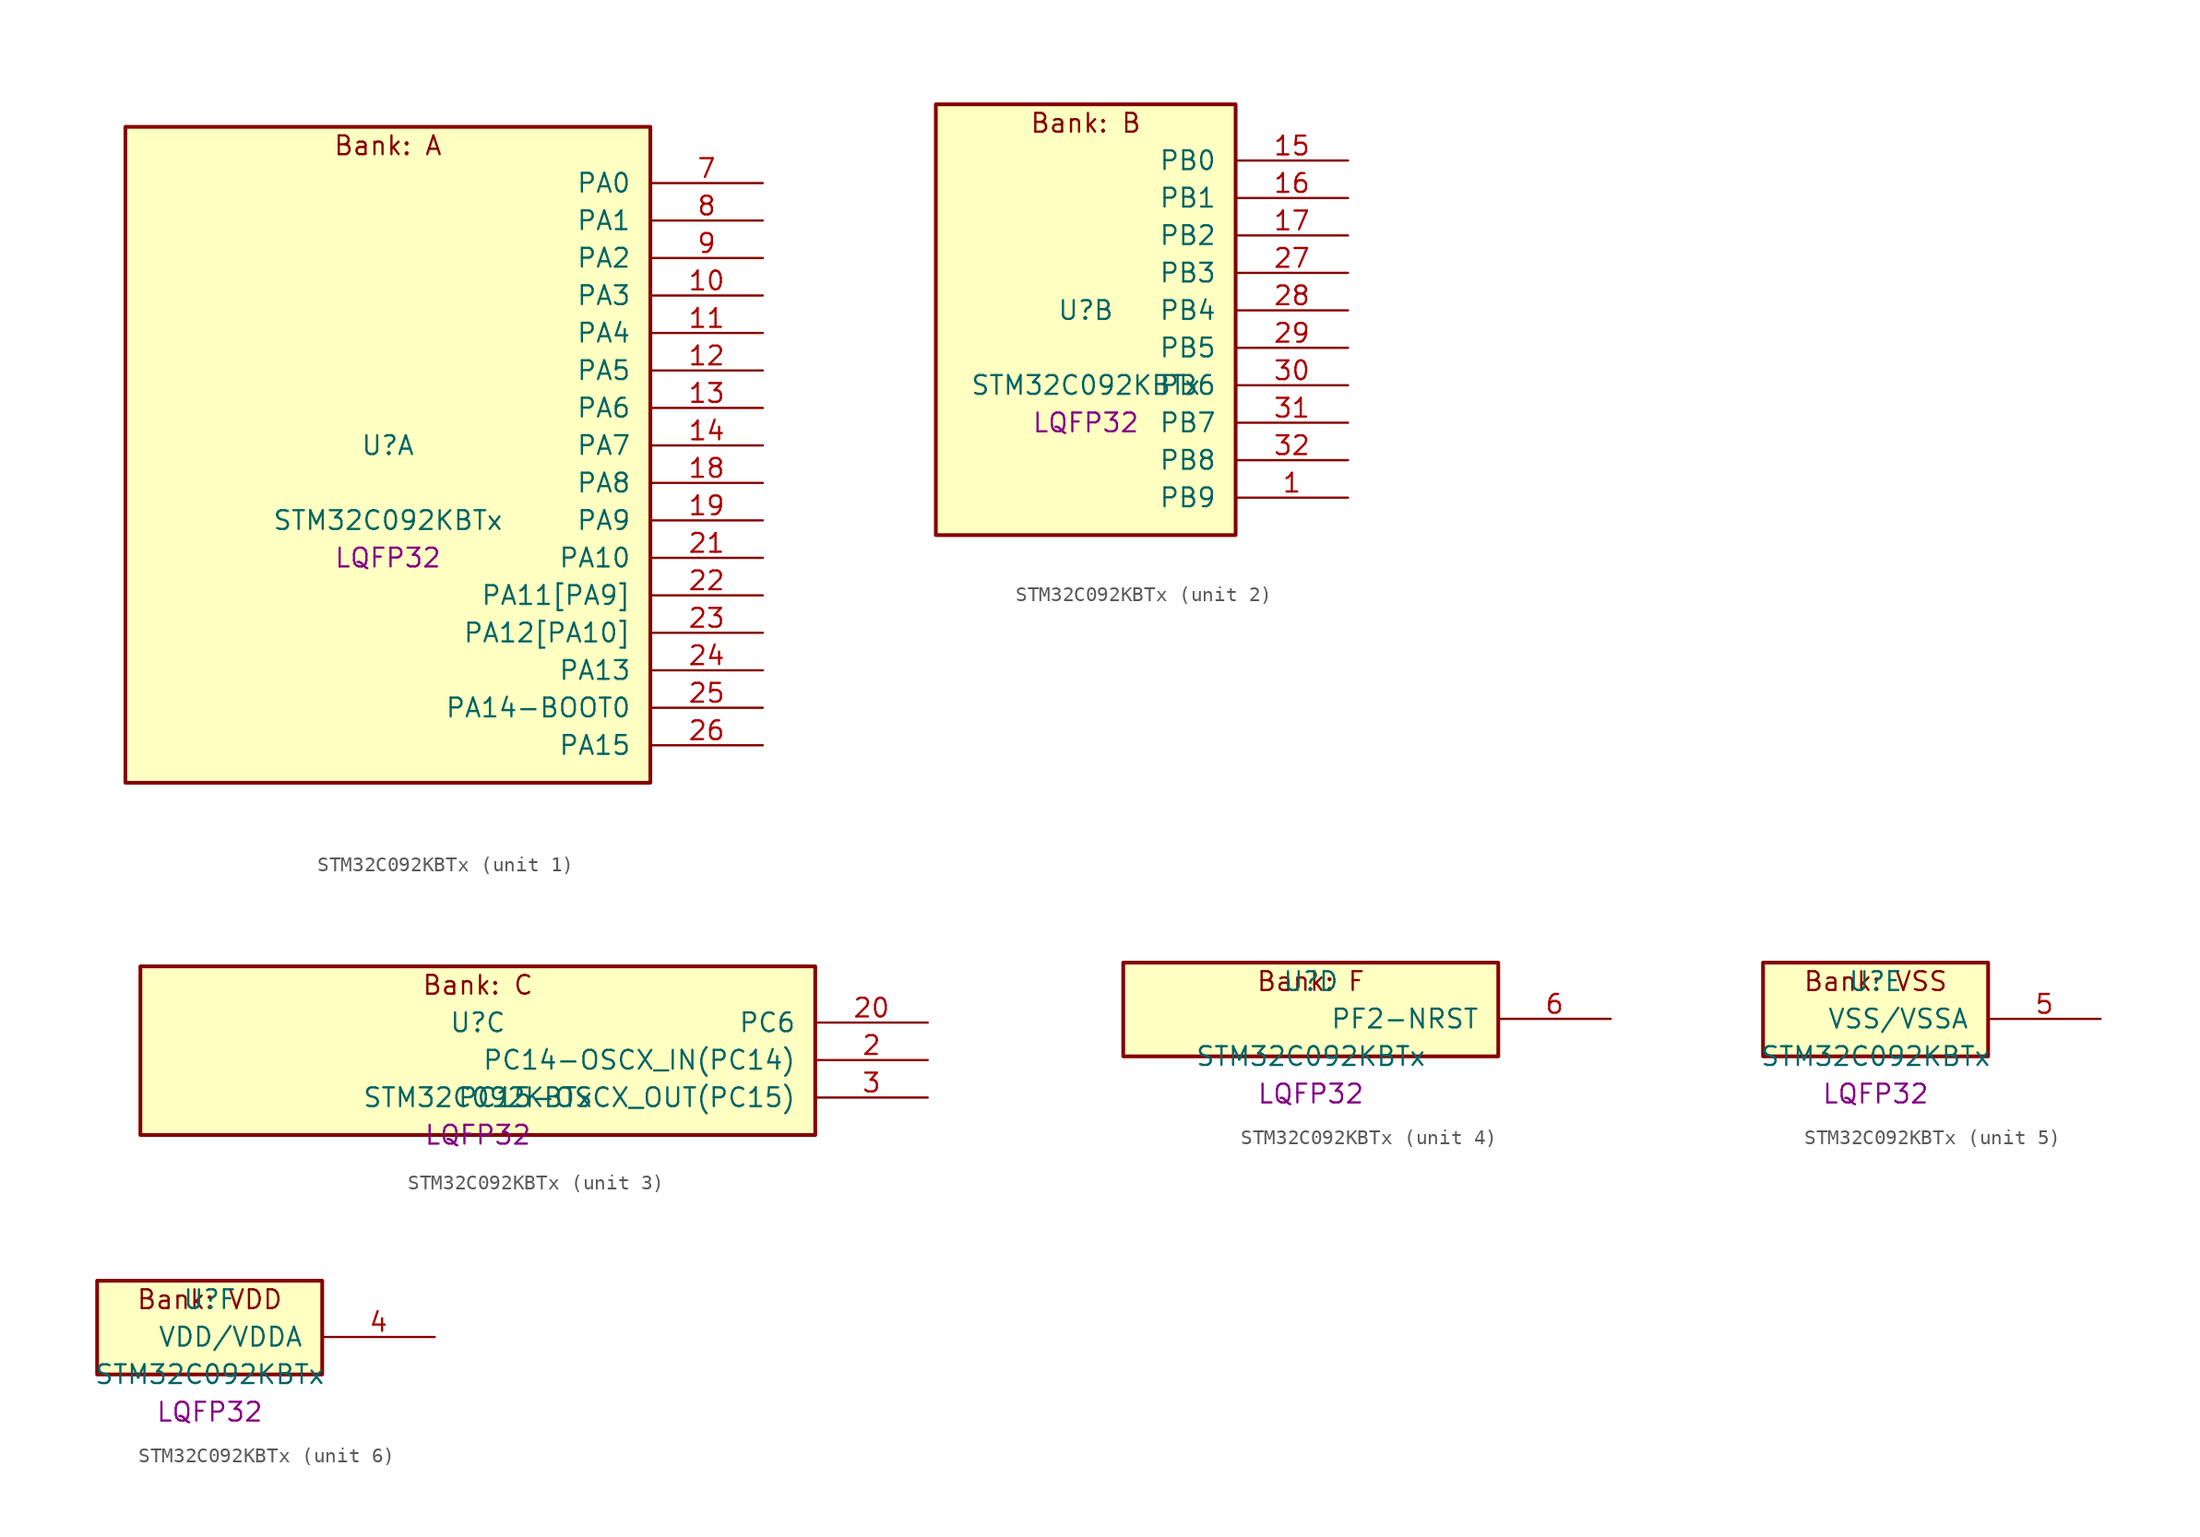
<source format=kicad_sym>
(kicad_symbol_lib
  (version 20241209)
  (generator "stm32_pkl_generator")
  (generator_version "1.0")
  (symbol "STM32C092KBTx"
    (pin_names
      (offset 1.27))
    (property "Reference" "U"
      (at 0 2.54 0))
    (property "Value" "STM32C092KBTx"
      (at 0 -2.54 0))
    (property "Footprint" "LQFP32"
      (at 0 -5.08 0))
    (symbol "STM32C092KBTx_1_1"
      (rectangle (start -17.78 24.13) (end 17.78 -20.32) (stroke (width 0.254) (type solid)) (fill (type background)))
      (text "Bank: A" (at 0 22.86 0))
      (pin bidirectional line (at 25.4 20.32 180) (length 7.62) (name "PA0") (number "7") (alternate "PA0/ADC1_IN0" bidirectional line) (alternate "PA0/PWR_WKUP1" bidirectional line) (alternate "PA0/SPI2_SCK" bidirectional line) (alternate "PA0/TIM16_CH1" bidirectional line) (alternate "PA0/TIM1_CH1" bidirectional line) (alternate "PA0/TIM2_CH1" bidirectional line) (alternate "PA0/TIM2_ETR" bidirectional line) (alternate "PA0/USART1_TX" bidirectional line) (alternate "PA0/USART2_CTS" bidirectional line) (alternate "PA0/USART2_NSS" bidirectional line) (alternate "PA0/USART4_TX" bidirectional line))
      (pin bidirectional line (at 25.4 17.78 180) (length 7.62) (name "PA1") (number "8") (alternate "PA1/ADC1_IN1" bidirectional line) (alternate "PA1/I2C1_SMBA" bidirectional line) (alternate "PA1/I2S1_CK" bidirectional line) (alternate "PA1/SPI1_SCK" bidirectional line) (alternate "PA1/TIM15_CH1N" bidirectional line) (alternate "PA1/TIM17_CH1" bidirectional line) (alternate "PA1/TIM1_CH2" bidirectional line) (alternate "PA1/TIM2_CH2" bidirectional line) (alternate "PA1/USART1_RX" bidirectional line) (alternate "PA1/USART2_CK" bidirectional line) (alternate "PA1/USART2_DE" bidirectional line) (alternate "PA1/USART2_RTS" bidirectional line) (alternate "PA1/USART4_RX" bidirectional line))
      (pin bidirectional line (at 25.4 15.24 180) (length 7.62) (name "PA2") (number "9") (alternate "PA2/ADC1_IN2" bidirectional line) (alternate "PA2/I2S1_SD" bidirectional line) (alternate "PA2/PWR_WKUP4" bidirectional line) (alternate "PA2/RCC_LSCO" bidirectional line) (alternate "PA2/SPI1_MOSI" bidirectional line) (alternate "PA2/TIM15_CH1" bidirectional line) (alternate "PA2/TIM16_CH1N" bidirectional line) (alternate "PA2/TIM1_CH3" bidirectional line) (alternate "PA2/TIM2_CH3" bidirectional line) (alternate "PA2/TIM3_ETR" bidirectional line) (alternate "PA2/USART2_TX" bidirectional line))
      (pin bidirectional line (at 25.4 12.7 180) (length 7.62) (name "PA3") (number "10") (alternate "PA3/ADC1_IN3" bidirectional line) (alternate "PA3/SPI2_MISO" bidirectional line) (alternate "PA3/TIM15_CH2" bidirectional line) (alternate "PA3/TIM1_CH1N" bidirectional line) (alternate "PA3/TIM1_CH4" bidirectional line) (alternate "PA3/TIM2_CH4" bidirectional line) (alternate "PA3/USART2_RX" bidirectional line))
      (pin bidirectional line (at 25.4 10.16 180) (length 7.62) (name "PA4") (number "11") (alternate "PA4/ADC1_IN4" bidirectional line) (alternate "PA4/I2S1_WS" bidirectional line) (alternate "PA4/PWR_WKUP2" bidirectional line) (alternate "PA4/RTC_OUT1" bidirectional line) (alternate "PA4/RTC_TS" bidirectional line) (alternate "PA4/SPI1_NSS" bidirectional line) (alternate "PA4/SPI2_MOSI" bidirectional line) (alternate "PA4/TIM14_CH1" bidirectional line) (alternate "PA4/TIM17_CH1N" bidirectional line) (alternate "PA4/TIM1_CH2N" bidirectional line) (alternate "PA4/USART2_TX" bidirectional line))
      (pin bidirectional line (at 25.4 7.62 180) (length 7.62) (name "PA5") (number "12") (alternate "PA5/ADC1_IN5" bidirectional line) (alternate "PA5/I2S1_CK" bidirectional line) (alternate "PA5/SPI1_SCK" bidirectional line) (alternate "PA5/TIM1_CH1" bidirectional line) (alternate "PA5/TIM1_CH3N" bidirectional line) (alternate "PA5/TIM2_CH1" bidirectional line) (alternate "PA5/TIM2_ETR" bidirectional line) (alternate "PA5/USART2_RX" bidirectional line) (alternate "PA5/USART3_TX" bidirectional line))
      (pin bidirectional line (at 25.4 5.08 180) (length 7.62) (name "PA6") (number "13") (alternate "PA6/ADC1_IN6" bidirectional line) (alternate "PA6/I2C2_SDA" bidirectional line) (alternate "PA6/I2S1_MCK" bidirectional line) (alternate "PA6/SPI1_MISO" bidirectional line) (alternate "PA6/TIM16_CH1" bidirectional line) (alternate "PA6/TIM1_BKIN" bidirectional line) (alternate "PA6/TIM3_CH1" bidirectional line) (alternate "PA6/USART3_CTS" bidirectional line) (alternate "PA6/USART3_NSS" bidirectional line))
      (pin bidirectional line (at 25.4 2.54 180) (length 7.62) (name "PA7") (number "14") (alternate "PA7/ADC1_IN7" bidirectional line) (alternate "PA7/I2C2_SCL" bidirectional line) (alternate "PA7/I2S1_SD" bidirectional line) (alternate "PA7/SPI1_MOSI" bidirectional line) (alternate "PA7/TIM14_CH1" bidirectional line) (alternate "PA7/TIM17_CH1" bidirectional line) (alternate "PA7/TIM1_CH1N" bidirectional line) (alternate "PA7/TIM3_CH2" bidirectional line))
      (pin bidirectional line (at 25.4 0 180) (length 7.62) (name "PA8") (number "18") (alternate "PA8/ADC1_IN8" bidirectional line) (alternate "PA8/I2S1_WS" bidirectional line) (alternate "PA8/RCC_MCO" bidirectional line) (alternate "PA8/RCC_MCO_2" bidirectional line) (alternate "PA8/SPI1_NSS" bidirectional line) (alternate "PA8/SPI2_MISO" bidirectional line) (alternate "PA8/SPI2_NSS" bidirectional line) (alternate "PA8/TIM14_CH1" bidirectional line) (alternate "PA8/TIM1_CH1" bidirectional line) (alternate "PA8/TIM1_CH2N" bidirectional line) (alternate "PA8/TIM1_CH3N" bidirectional line) (alternate "PA8/TIM3_CH3" bidirectional line) (alternate "PA8/TIM3_CH4" bidirectional line) (alternate "PA8/USART1_RX" bidirectional line) (alternate "PA8/USART2_TX" bidirectional line))
      (pin bidirectional line (at 25.4 -2.54 180) (length 7.62) (name "PA9") (number "19") (alternate "PA9/I2C1_SCL" bidirectional line) (alternate "PA9/I2C2_SCL" bidirectional line) (alternate "PA9/RCC_MCO" bidirectional line) (alternate "PA9/SPI2_MISO" bidirectional line) (alternate "PA9/TIM15_BKIN" bidirectional line) (alternate "PA9/TIM1_CH2" bidirectional line) (alternate "PA9/TIM3_ETR" bidirectional line) (alternate "PA9/USART1_TX" bidirectional line) (alternate "PA9/NC" bidirectional line))
      (pin bidirectional line (at 25.4 -5.08 180) (length 7.62) (name "PA10") (number "21") (alternate "PA10/I2C1_SDA" bidirectional line) (alternate "PA10/I2C2_SDA" bidirectional line) (alternate "PA10/RCC_MCO_2" bidirectional line) (alternate "PA10/SPI2_MOSI" bidirectional line) (alternate "PA10/TIM17_BKIN" bidirectional line) (alternate "PA10/TIM1_CH3" bidirectional line) (alternate "PA10/USART1_RX" bidirectional line) (alternate "PA10/NC" bidirectional line))
      (pin bidirectional line (at 25.4 -7.62 180) (length 7.62) (name "PA11[PA9]") (number "22") (alternate "PA11[PA9]/ADC1_EXTI11" bidirectional line) (alternate "PA11[PA9]/FDCAN1_RX" bidirectional line) (alternate "PA11[PA9]/I2C2_SCL" bidirectional line) (alternate "PA11[PA9]/I2S1_MCK" bidirectional line) (alternate "PA11[PA9]/SPI1_MISO" bidirectional line) (alternate "PA11[PA9]/TIM1_BKIN2" bidirectional line) (alternate "PA11[PA9]/TIM1_CH4" bidirectional line) (alternate "PA11[PA9]/USART1_CTS" bidirectional line) (alternate "PA11[PA9]/USART1_NSS" bidirectional line) (alternate "PA11[PA9]/PA9[PA11]" bidirectional line) (alternate "PA11[PA9]/I2C1_SCL" bidirectional line) (alternate "PA11[PA9]/RCC_MCO" bidirectional line) (alternate "PA11[PA9]/SPI2_MISO" bidirectional line) (alternate "PA11[PA9]/TIM15_BKIN" bidirectional line) (alternate "PA11[PA9]/TIM1_CH2" bidirectional line) (alternate "PA11[PA9]/TIM3_ETR" bidirectional line) (alternate "PA11[PA9]/USART1_TX" bidirectional line))
      (pin bidirectional line (at 25.4 -10.16 180) (length 7.62) (name "PA12[PA10]") (number "23") (alternate "PA12[PA10]/FDCAN1_TX" bidirectional line) (alternate "PA12[PA10]/I2C2_SDA" bidirectional line) (alternate "PA12[PA10]/I2S1_SD" bidirectional line) (alternate "PA12[PA10]/I2S_CKIN" bidirectional line) (alternate "PA12[PA10]/SPI1_MOSI" bidirectional line) (alternate "PA12[PA10]/TIM1_ETR" bidirectional line) (alternate "PA12[PA10]/USART1_CK" bidirectional line) (alternate "PA12[PA10]/USART1_DE" bidirectional line) (alternate "PA12[PA10]/USART1_RTS" bidirectional line) (alternate "PA12[PA10]/PA10[PA12]" bidirectional line) (alternate "PA12[PA10]/I2C1_SDA" bidirectional line) (alternate "PA12[PA10]/RCC_MCO_2" bidirectional line) (alternate "PA12[PA10]/SPI2_MOSI" bidirectional line) (alternate "PA12[PA10]/TIM17_BKIN" bidirectional line) (alternate "PA12[PA10]/TIM1_CH3" bidirectional line) (alternate "PA12[PA10]/USART1_RX" bidirectional line))
      (pin bidirectional line (at 25.4 -12.7 180) (length 7.62) (name "PA13") (number "24") (alternate "PA13/ADC1_IN13" bidirectional line) (alternate "PA13/DEBUG_SWDIO" bidirectional line) (alternate "PA13/IR_OUT" bidirectional line) (alternate "PA13/TIM3_ETR" bidirectional line) (alternate "PA13/USART2_RX" bidirectional line))
      (pin bidirectional line (at 25.4 -15.24 180) (length 7.62) (name "PA14-BOOT0") (number "25") (alternate "PA14-BOOT0/ADC1_IN14" bidirectional line) (alternate "PA14-BOOT0/BOOT0" bidirectional line) (alternate "PA14-BOOT0/DEBUG_SWCLK" bidirectional line) (alternate "PA14-BOOT0/I2S1_WS" bidirectional line) (alternate "PA14-BOOT0/RCC_MCO_2" bidirectional line) (alternate "PA14-BOOT0/SPI1_NSS" bidirectional line) (alternate "PA14-BOOT0/TIM1_CH1" bidirectional line) (alternate "PA14-BOOT0/USART1_CK" bidirectional line) (alternate "PA14-BOOT0/USART1_DE" bidirectional line) (alternate "PA14-BOOT0/USART1_RTS" bidirectional line) (alternate "PA14-BOOT0/USART2_RX" bidirectional line) (alternate "PA14-BOOT0/USART2_TX" bidirectional line))
      (pin bidirectional line (at 25.4 -17.78 180) (length 7.62) (name "PA15") (number "26") (alternate "PA15/I2S1_WS" bidirectional line) (alternate "PA15/RCC_MCO_2" bidirectional line) (alternate "PA15/SPI1_NSS" bidirectional line) (alternate "PA15/TIM1_CH1" bidirectional line) (alternate "PA15/TIM2_CH1" bidirectional line) (alternate "PA15/TIM2_ETR" bidirectional line) (alternate "PA15/USART1_CK" bidirectional line) (alternate "PA15/USART1_DE" bidirectional line) (alternate "PA15/USART1_RTS" bidirectional line) (alternate "PA15/USART2_RX" bidirectional line) (alternate "PA15/USART3_CK" bidirectional line) (alternate "PA15/USART3_DE" bidirectional line) (alternate "PA15/USART3_RTS" bidirectional line) (alternate "PA15/USART4_CK" bidirectional line) (alternate "PA15/USART4_DE" bidirectional line) (alternate "PA15/USART4_RTS" bidirectional line)))
    (symbol "STM32C092KBTx_2_1"
      (rectangle (start -10.16 16.51) (end 10.16 -12.7) (stroke (width 0.254) (type solid)) (fill (type background)))
      (text "Bank: B" (at 0 15.24 0))
      (pin bidirectional line (at 17.78 12.7 180) (length 7.62) (name "PB0") (number "15") (alternate "PB0/ADC1_IN17" bidirectional line) (alternate "PB0/FDCAN1_RX" bidirectional line) (alternate "PB0/I2S1_WS" bidirectional line) (alternate "PB0/SPI1_NSS" bidirectional line) (alternate "PB0/TIM1_CH2N" bidirectional line) (alternate "PB0/TIM3_CH3" bidirectional line) (alternate "PB0/USART3_RX" bidirectional line))
      (pin bidirectional line (at 17.78 10.16 180) (length 7.62) (name "PB1") (number "16") (alternate "PB1/ADC1_IN18" bidirectional line) (alternate "PB1/FDCAN1_TX" bidirectional line) (alternate "PB1/TIM14_CH1" bidirectional line) (alternate "PB1/TIM1_CH2N" bidirectional line) (alternate "PB1/TIM1_CH3N" bidirectional line) (alternate "PB1/TIM3_CH4" bidirectional line) (alternate "PB1/USART3_CK" bidirectional line) (alternate "PB1/USART3_DE" bidirectional line) (alternate "PB1/USART3_RTS" bidirectional line))
      (pin bidirectional line (at 17.78 7.62 180) (length 7.62) (name "PB2") (number "17") (alternate "PB2/ADC1_IN19" bidirectional line) (alternate "PB2/RCC_MCO_2" bidirectional line) (alternate "PB2/SPI2_MISO" bidirectional line) (alternate "PB2/USART1_RX" bidirectional line) (alternate "PB2/USART3_TX" bidirectional line))
      (pin bidirectional line (at 17.78 5.08 180) (length 7.62) (name "PB3") (number "27") (alternate "PB3/I2C2_SCL" bidirectional line) (alternate "PB3/I2S1_CK" bidirectional line) (alternate "PB3/SPI1_SCK" bidirectional line) (alternate "PB3/TIM1_CH2" bidirectional line) (alternate "PB3/TIM2_CH2" bidirectional line) (alternate "PB3/TIM3_CH2" bidirectional line) (alternate "PB3/USART1_CK" bidirectional line) (alternate "PB3/USART1_DE" bidirectional line) (alternate "PB3/USART1_RTS" bidirectional line))
      (pin bidirectional line (at 17.78 2.54 180) (length 7.62) (name "PB4") (number "28") (alternate "PB4/I2C2_SDA" bidirectional line) (alternate "PB4/I2S1_MCK" bidirectional line) (alternate "PB4/SPI1_MISO" bidirectional line) (alternate "PB4/TIM17_BKIN" bidirectional line) (alternate "PB4/TIM3_CH1" bidirectional line) (alternate "PB4/USART1_CTS" bidirectional line) (alternate "PB4/USART1_NSS" bidirectional line))
      (pin bidirectional line (at 17.78 0 180) (length 7.62) (name "PB5") (number "29") (alternate "PB5/FDCAN1_RX" bidirectional line) (alternate "PB5/I2C1_SMBA" bidirectional line) (alternate "PB5/I2S1_SD" bidirectional line) (alternate "PB5/PWR_WKUP6" bidirectional line) (alternate "PB5/SPI1_MOSI" bidirectional line) (alternate "PB5/TIM16_BKIN" bidirectional line) (alternate "PB5/TIM3_CH2" bidirectional line) (alternate "PB5/TIM3_CH3" bidirectional line))
      (pin bidirectional line (at 17.78 -2.54 180) (length 7.62) (name "PB6") (number "30") (alternate "PB6/FDCAN1_TX" bidirectional line) (alternate "PB6/I2C1_SCL" bidirectional line) (alternate "PB6/I2C1_SMBA" bidirectional line) (alternate "PB6/I2S1_CK" bidirectional line) (alternate "PB6/I2S1_MCK" bidirectional line) (alternate "PB6/I2S1_SD" bidirectional line) (alternate "PB6/PWR_WKUP3" bidirectional line) (alternate "PB6/SPI1_MISO" bidirectional line) (alternate "PB6/SPI1_MOSI" bidirectional line) (alternate "PB6/SPI1_SCK" bidirectional line) (alternate "PB6/SPI2_MISO" bidirectional line) (alternate "PB6/TIM16_BKIN" bidirectional line) (alternate "PB6/TIM16_CH1N" bidirectional line) (alternate "PB6/TIM1_CH2" bidirectional line) (alternate "PB6/TIM1_CH3" bidirectional line) (alternate "PB6/TIM3_CH1" bidirectional line) (alternate "PB6/TIM3_CH2" bidirectional line) (alternate "PB6/TIM3_CH3" bidirectional line) (alternate "PB6/USART1_CTS" bidirectional line) (alternate "PB6/USART1_NSS" bidirectional line) (alternate "PB6/USART1_TX" bidirectional line))
      (pin bidirectional line (at 17.78 -5.08 180) (length 7.62) (name "PB7") (number "31") (alternate "PB7/I2C1_SCL" bidirectional line) (alternate "PB7/I2C1_SDA" bidirectional line) (alternate "PB7/RTC_REFIN" bidirectional line) (alternate "PB7/SPI2_MOSI" bidirectional line) (alternate "PB7/TIM16_CH1" bidirectional line) (alternate "PB7/TIM17_CH1N" bidirectional line) (alternate "PB7/TIM1_CH4" bidirectional line) (alternate "PB7/TIM3_CH1" bidirectional line) (alternate "PB7/TIM3_CH4" bidirectional line) (alternate "PB7/USART1_RX" bidirectional line) (alternate "PB7/USART2_CTS" bidirectional line) (alternate "PB7/USART2_NSS" bidirectional line) (alternate "PB7/USART4_CTS" bidirectional line) (alternate "PB7/USART4_NSS" bidirectional line))
      (pin bidirectional line (at 17.78 -7.62 180) (length 7.62) (name "PB8") (number "32") (alternate "PB8/FDCAN1_RX" bidirectional line) (alternate "PB8/I2C1_SCL" bidirectional line) (alternate "PB8/SPI2_SCK" bidirectional line) (alternate "PB8/TIM15_BKIN" bidirectional line) (alternate "PB8/TIM16_CH1" bidirectional line) (alternate "PB8/TIM3_CH1" bidirectional line) (alternate "PB8/USART2_CTS" bidirectional line) (alternate "PB8/USART2_NSS" bidirectional line) (alternate "PB8/USART3_TX" bidirectional line))
      (pin bidirectional line (at 17.78 -10.16 180) (length 7.62) (name "PB9") (number "1") (alternate "PB9/FDCAN1_TX" bidirectional line) (alternate "PB9/I2C1_SDA" bidirectional line) (alternate "PB9/IR_OUT" bidirectional line) (alternate "PB9/SPI2_NSS" bidirectional line) (alternate "PB9/TIM17_CH1" bidirectional line) (alternate "PB9/TIM3_CH2" bidirectional line) (alternate "PB9/USART2_CK" bidirectional line) (alternate "PB9/USART2_DE" bidirectional line) (alternate "PB9/USART2_RTS" bidirectional line) (alternate "PB9/USART3_RX" bidirectional line)))
    (symbol "STM32C092KBTx_3_1"
      (rectangle (start -22.86 6.35) (end 22.86 -5.08) (stroke (width 0.254) (type solid)) (fill (type background)))
      (text "Bank: C" (at 0 5.08 0))
      (pin bidirectional line (at 30.48 2.54 180) (length 7.62) (name "PC6") (number "20") (alternate "PC6/TIM2_CH3" bidirectional line) (alternate "PC6/TIM3_CH1" bidirectional line))
      (pin bidirectional line (at 30.48 0 180) (length 7.62) (name "PC14-OSCX_IN(PC14)") (number "2") (alternate "PC14-OSCX_IN(PC14)/FDCAN1_TX" bidirectional line) (alternate "PC14-OSCX_IN(PC14)/I2C1_SDA" bidirectional line) (alternate "PC14-OSCX_IN(PC14)/IR_OUT" bidirectional line) (alternate "PC14-OSCX_IN(PC14)/RCC_OSCX_IN" bidirectional line) (alternate "PC14-OSCX_IN(PC14)/SPI2_NSS" bidirectional line) (alternate "PC14-OSCX_IN(PC14)/TIM17_CH1" bidirectional line) (alternate "PC14-OSCX_IN(PC14)/TIM1_BKIN2" bidirectional line) (alternate "PC14-OSCX_IN(PC14)/TIM1_ETR" bidirectional line) (alternate "PC14-OSCX_IN(PC14)/TIM3_CH2" bidirectional line) (alternate "PC14-OSCX_IN(PC14)/USART1_TX" bidirectional line) (alternate "PC14-OSCX_IN(PC14)/USART2_CK" bidirectional line) (alternate "PC14-OSCX_IN(PC14)/USART2_DE" bidirectional line) (alternate "PC14-OSCX_IN(PC14)/USART2_RTS" bidirectional line) (alternate "PC14-OSCX_IN(PC14)/USART3_TX" bidirectional line))
      (pin bidirectional line (at 30.48 -2.54 180) (length 7.62) (name "PC15-OSCX_OUT(PC15)") (number "3") (alternate "PC15-OSCX_OUT(PC15)/RCC_OSC32_EN" bidirectional line) (alternate "PC15-OSCX_OUT(PC15)/RCC_OSCX_OUT" bidirectional line) (alternate "PC15-OSCX_OUT(PC15)/RCC_OSC_EN" bidirectional line) (alternate "PC15-OSCX_OUT(PC15)/TIM15_BKIN" bidirectional line) (alternate "PC15-OSCX_OUT(PC15)/TIM1_ETR" bidirectional line) (alternate "PC15-OSCX_OUT(PC15)/TIM3_CH3" bidirectional line)))
    (symbol "STM32C092KBTx_4_1"
      (rectangle (start -12.7 3.81) (end 12.7 -2.54) (stroke (width 0.254) (type solid)) (fill (type background)))
      (text "Bank: F" (at 0 2.54 0))
      (pin bidirectional line (at 20.32 0 180) (length 7.62) (name "PF2-NRST") (number "6") (alternate "PF2-NRST/RCC_MCO" bidirectional line) (alternate "PF2-NRST/TIM1_CH4" bidirectional line)))
    (symbol "STM32C092KBTx_5_1"
      (rectangle (start -7.62 3.81) (end 7.62 -2.54) (stroke (width 0.254) (type solid)) (fill (type background)))
      (text "Bank: VSS" (at 0 2.54 0))
      (pin power_in line (at 15.24 0 180) (length 7.62) (name "VSS/VSSA") (number "5")))
    (symbol "STM32C092KBTx_6_1"
      (rectangle (start -7.62 3.81) (end 7.62 -2.54) (stroke (width 0.254) (type solid)) (fill (type background)))
      (text "Bank: VDD" (at 0 2.54 0))
      (pin power_in line (at 15.24 0 180) (length 7.62) (name "VDD/VDDA") (number "4")))))
</source>
